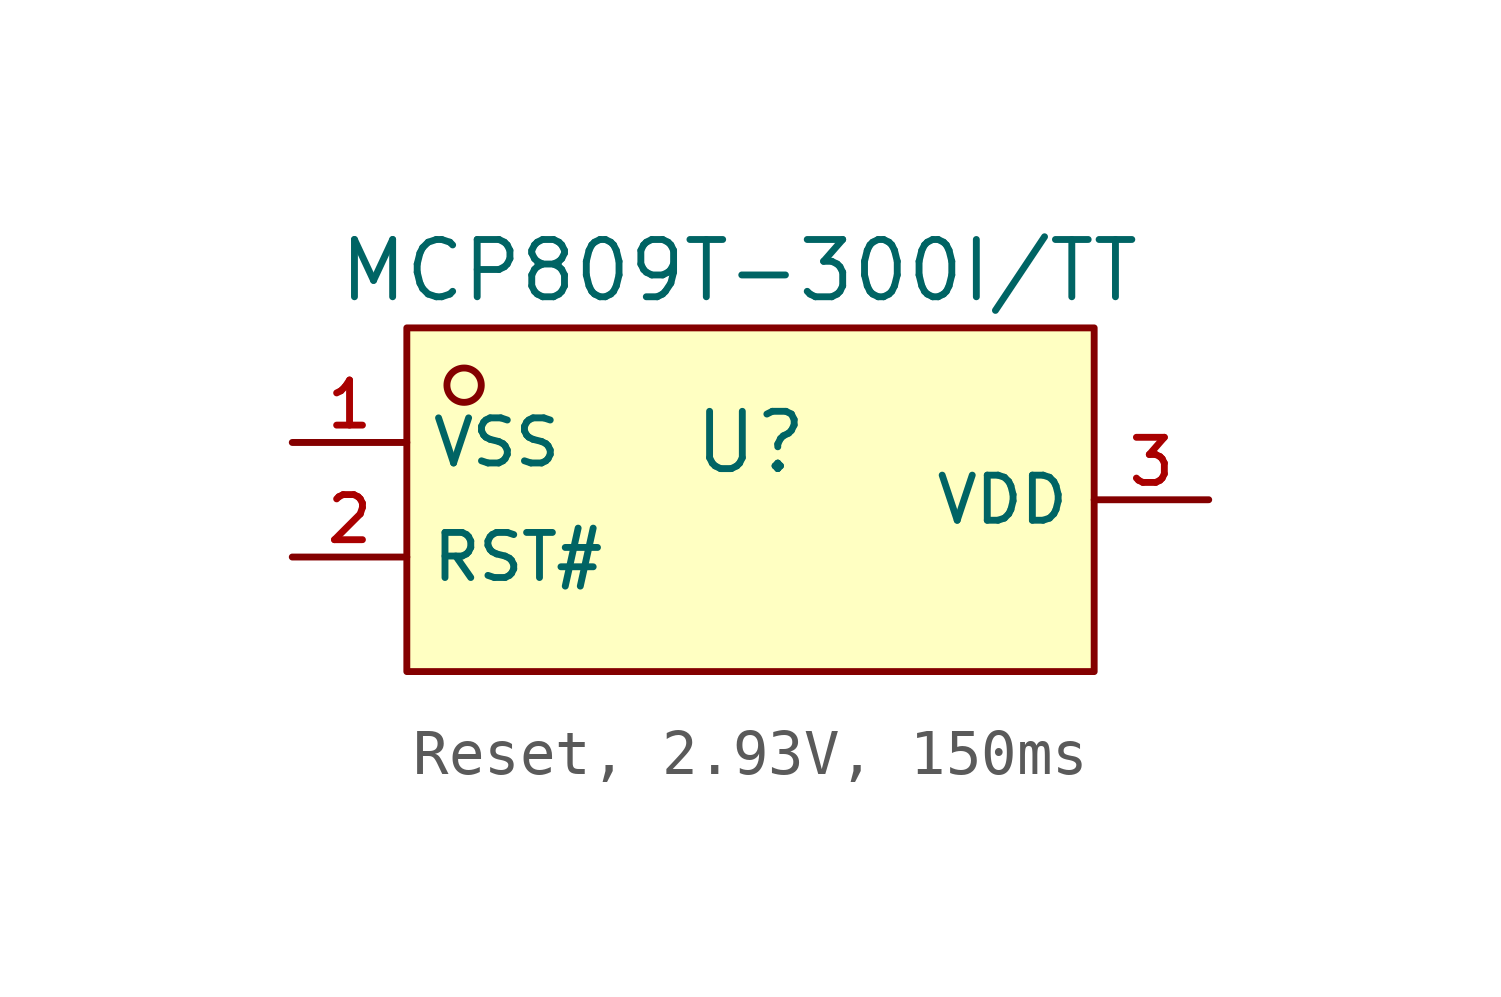
<source format=kicad_sym>
(kicad_symbol_lib
  (version 20231120)
  (generator "CDFER_Archive_Tool")
  (generator_version "0.0")
  (symbol "Reset, 2.93V, 150ms"
    (property "Reference" "U"
      (at 0 2.54 0)
      (effects (font (size 1.27 1.27))))
    (property "Value" "MCP809T-300I{slash}TT"
      (at -0.254 6.35 0)
      (effects (font (size 1.27 1.27))))
    (symbol "Reset, 2.93V, 150ms_0_1"
      (rectangle (start -7.62 5.08) (end 7.62 -2.54) (stroke (width 0) (type default)) (fill (type background)))
      (circle (center -6.35 3.81) (radius 0.381) (stroke (width 0) (type default)) (fill (type background)))
      (pin unspecified line (at -10.16 2.54 0) (length 2.54) (name "VSS" (effects (font (size 1 1)))) (number "1" (effects (font (size 1 1)))))
      (pin unspecified line (at -10.16 0 0) (length 2.54) (name "RST#" (effects (font (size 1 1)))) (number "2" (effects (font (size 1 1)))))
      (pin unspecified line (at 10.16 1.27 180) (length 2.54) (name "VDD" (effects (font (size 1 1)))) (number "3" (effects (font (size 1 1))))))))
</source>
